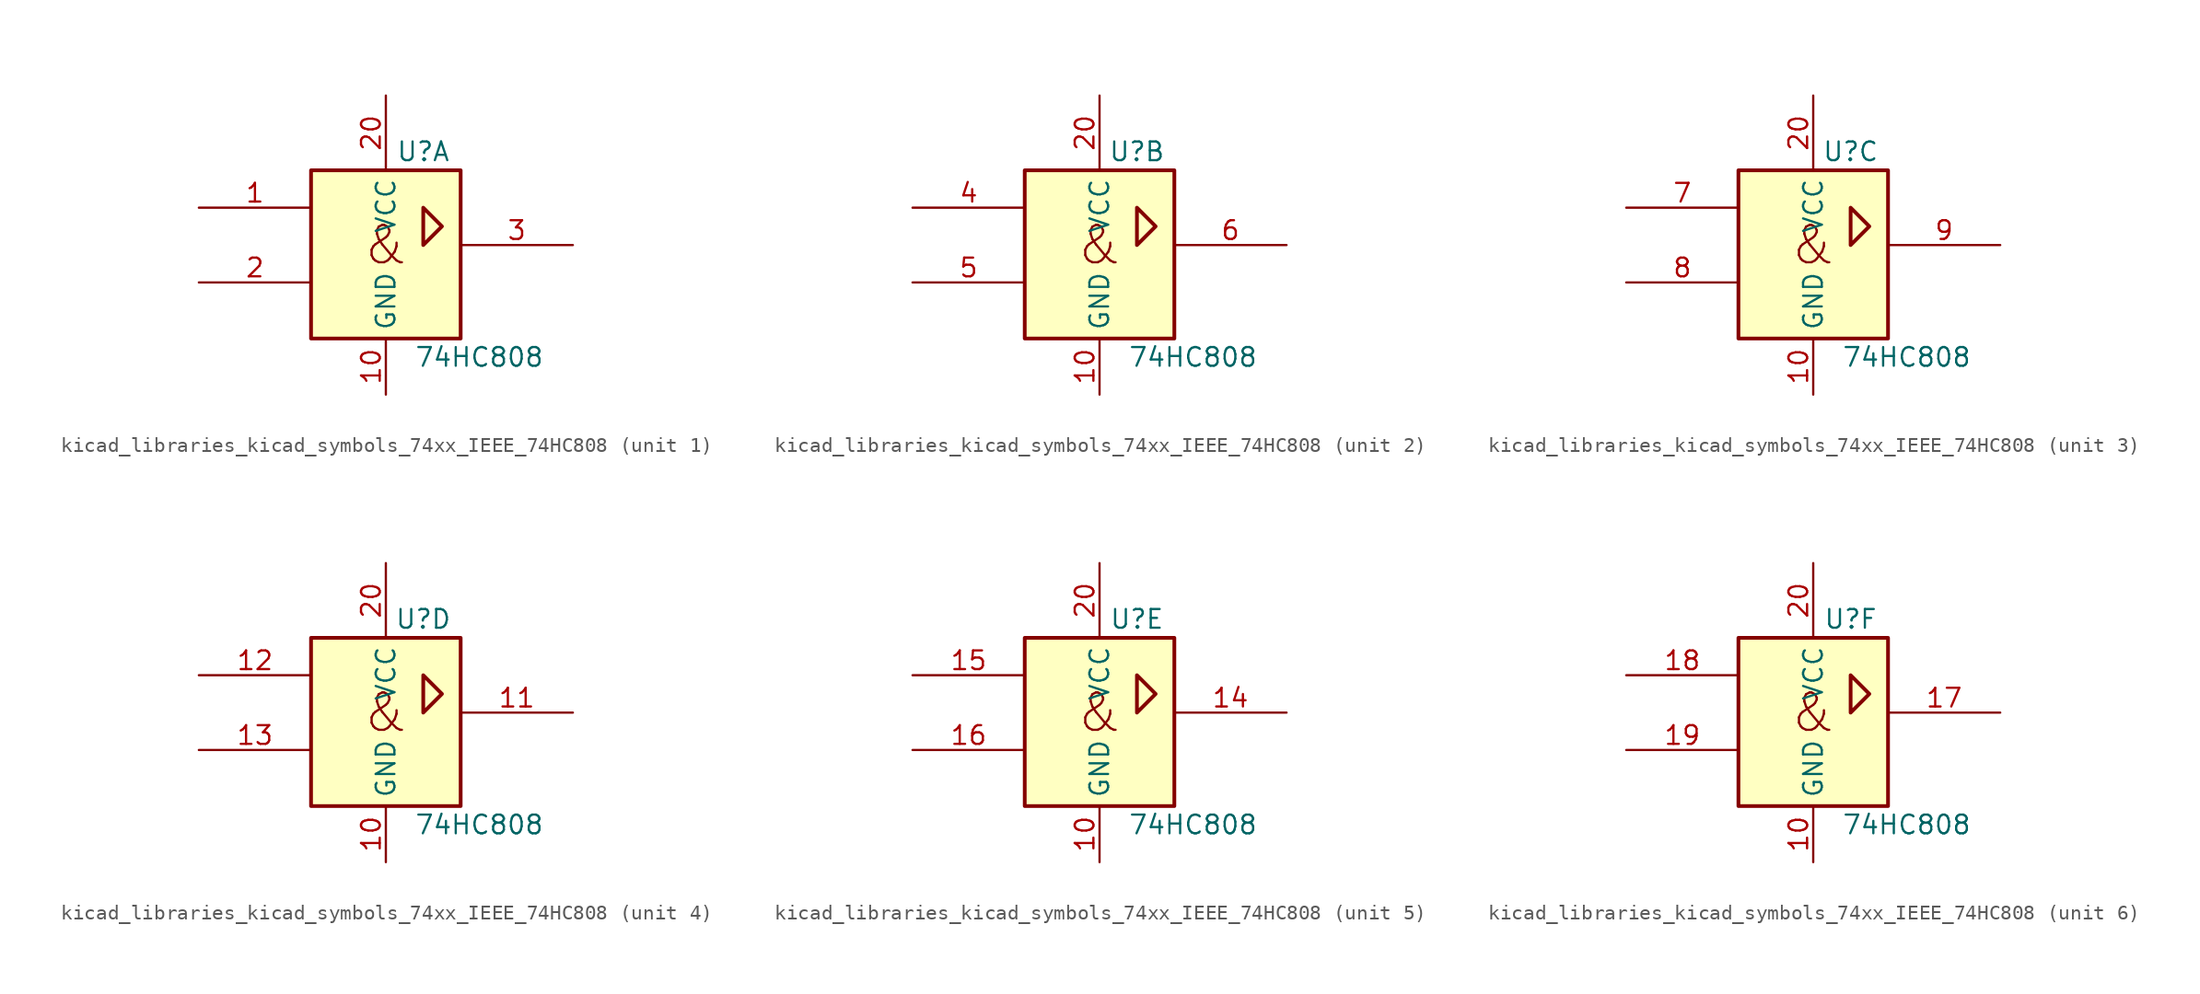
<source format=kicad_sym>
(kicad_symbol_lib
  (version 20220914)
  (generator kicad_symbol_editor)
  (symbol "kicad_libraries_kicad_symbols_74xx_IEEE_74HC808"
    (property "Reference" "U"
      (at 2.54 6.35 0)
      (effects (font (size 1.27 1.27))))
    (property "Value" "74HC808"
      (at 6.35 -7.62 0)
      (effects (font (size 1.27 1.27))))
    (symbol "kicad_libraries_kicad_symbols_74xx_IEEE_74HC808_0_1"
      (rectangle (start -5.08 5.08) (end 5.08 -6.35) (stroke (width 0.254) (type default)) (fill (type background)))
      (polyline (pts (xy 2.54 0) (xy 2.54 2.54) (xy 3.81 1.27) (xy 2.54 0) (xy 2.54 0)) (stroke (width 0.254) (type default)) (fill (type background)))
      (text "&" (at 0 0 0) (effects (font (size 2.54 2.54))))
      (pin power_in line (at 0 -10.16 90) (length 3.81) (name "GND" (effects (font (size 1.27 1.27)))) (number "10" (effects (font (size 1.27 1.27)))))
      (pin power_in line (at 0 10.16 270) (length 5.08) (name "VCC" (effects (font (size 1.27 1.27)))) (number "20" (effects (font (size 1.27 1.27))))))
    (symbol "kicad_libraries_kicad_symbols_74xx_IEEE_74HC808_1_1"
      (pin input line (at -12.7 2.54 0) (length 7.62) (name "~" (effects (font (size 1.27 1.27)))) (number "1" (effects (font (size 1.27 1.27)))))
      (pin input line (at -12.7 -2.54 0) (length 7.62) (name "~" (effects (font (size 1.27 1.27)))) (number "2" (effects (font (size 1.27 1.27)))))
      (pin output line (at 12.7 0 180) (length 7.62) (name "~" (effects (font (size 1.27 1.27)))) (number "3" (effects (font (size 1.27 1.27))))))
    (symbol "kicad_libraries_kicad_symbols_74xx_IEEE_74HC808_2_1"
      (pin input line (at -12.7 2.54 0) (length 7.62) (name "~" (effects (font (size 1.27 1.27)))) (number "4" (effects (font (size 1.27 1.27)))))
      (pin input line (at -12.7 -2.54 0) (length 7.62) (name "~" (effects (font (size 1.27 1.27)))) (number "5" (effects (font (size 1.27 1.27)))))
      (pin output line (at 12.7 0 180) (length 7.62) (name "~" (effects (font (size 1.27 1.27)))) (number "6" (effects (font (size 1.27 1.27))))))
    (symbol "kicad_libraries_kicad_symbols_74xx_IEEE_74HC808_3_1"
      (pin input line (at -12.7 2.54 0) (length 7.62) (name "~" (effects (font (size 1.27 1.27)))) (number "7" (effects (font (size 1.27 1.27)))))
      (pin input line (at -12.7 -2.54 0) (length 7.62) (name "~" (effects (font (size 1.27 1.27)))) (number "8" (effects (font (size 1.27 1.27)))))
      (pin output line (at 12.7 0 180) (length 7.62) (name "~" (effects (font (size 1.27 1.27)))) (number "9" (effects (font (size 1.27 1.27))))))
    (symbol "kicad_libraries_kicad_symbols_74xx_IEEE_74HC808_4_1"
      (pin output line (at 12.7 0 180) (length 7.62) (name "~" (effects (font (size 1.27 1.27)))) (number "11" (effects (font (size 1.27 1.27)))))
      (pin input line (at -12.7 2.54 0) (length 7.62) (name "~" (effects (font (size 1.27 1.27)))) (number "12" (effects (font (size 1.27 1.27)))))
      (pin input line (at -12.7 -2.54 0) (length 7.62) (name "~" (effects (font (size 1.27 1.27)))) (number "13" (effects (font (size 1.27 1.27))))))
    (symbol "kicad_libraries_kicad_symbols_74xx_IEEE_74HC808_5_1"
      (pin output line (at 12.7 0 180) (length 7.62) (name "~" (effects (font (size 1.27 1.27)))) (number "14" (effects (font (size 1.27 1.27)))))
      (pin input line (at -12.7 2.54 0) (length 7.62) (name "~" (effects (font (size 1.27 1.27)))) (number "15" (effects (font (size 1.27 1.27)))))
      (pin input line (at -12.7 -2.54 0) (length 7.62) (name "~" (effects (font (size 1.27 1.27)))) (number "16" (effects (font (size 1.27 1.27))))))
    (symbol "kicad_libraries_kicad_symbols_74xx_IEEE_74HC808_6_1"
      (pin output line (at 12.7 0 180) (length 7.62) (name "~" (effects (font (size 1.27 1.27)))) (number "17" (effects (font (size 1.27 1.27)))))
      (pin input line (at -12.7 2.54 0) (length 7.62) (name "~" (effects (font (size 1.27 1.27)))) (number "18" (effects (font (size 1.27 1.27)))))
      (pin input line (at -12.7 -2.54 0) (length 7.62) (name "~" (effects (font (size 1.27 1.27)))) (number "19" (effects (font (size 1.27 1.27))))))))
</source>
